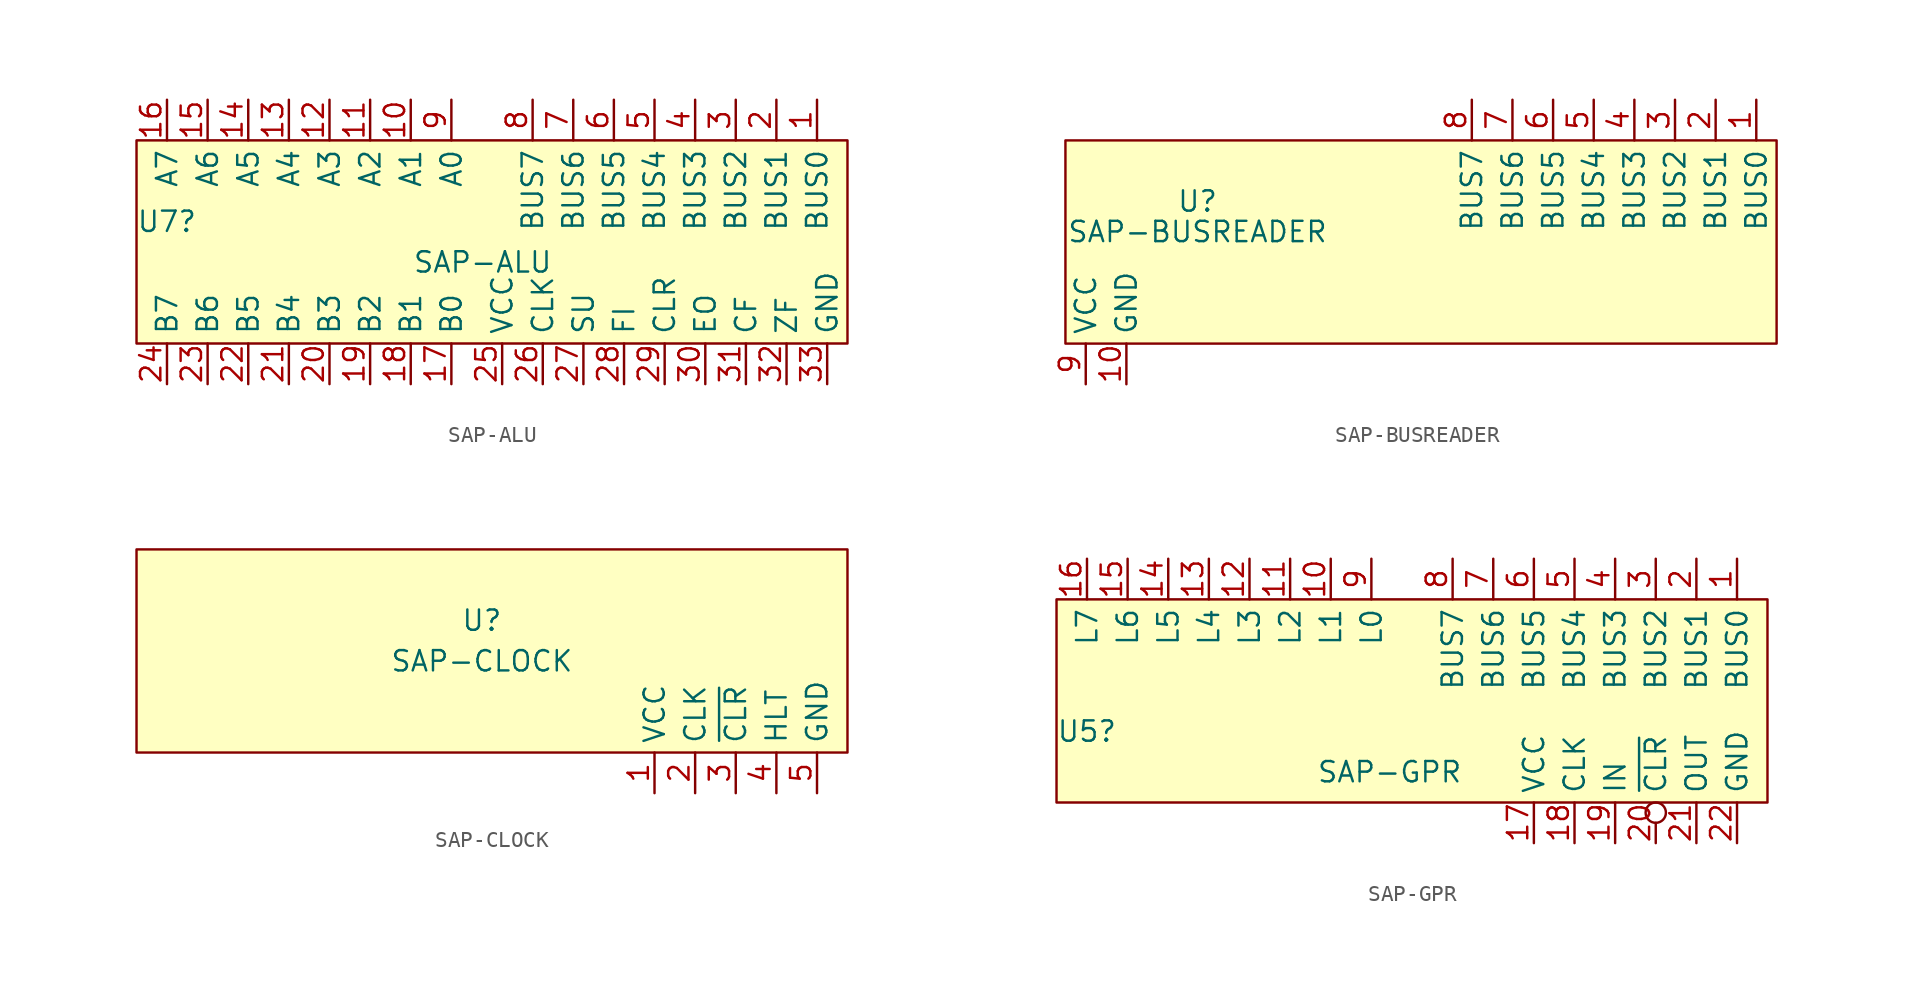
<source format=kicad_sym>
(kicad_symbol_lib
  (version 20211014)
  (generator kicad_symbol_editor)
  (symbol "SAP-ALU"
    (property "Reference" "U7"
      (at -17.78 1.27 0)
      (effects (font (size 1.27 1.27)) (justify right)))
    (property "Value" "SAP-ALU"
      (at 4.445 -1.27 0)
      (effects (font (size 1.27 1.27)) (justify right)))
    (symbol "SAP-ALU_0_1"
      (rectangle (start -21.59 6.35) (end 22.86 -6.35) (stroke (width 0.152) (type default) (color 0 0 0 0)) (fill (type background))))
    (symbol "SAP-ALU_1_1"
      (pin output line (at 20.955 8.89 270) (length 2.54) (name "BUS0" (effects (font (size 1.27 1.27)))) (number "1" (effects (font (size 1.27 1.27)))))
      (pin input line (at -4.445 8.89 270) (length 2.54) (name "A1" (effects (font (size 1.27 1.27)))) (number "10" (effects (font (size 1.27 1.27)))))
      (pin input line (at -6.985 8.89 270) (length 2.54) (name "A2" (effects (font (size 1.27 1.27)))) (number "11" (effects (font (size 1.27 1.27)))))
      (pin input line (at -9.525 8.89 270) (length 2.54) (name "A3" (effects (font (size 1.27 1.27)))) (number "12" (effects (font (size 1.27 1.27)))))
      (pin input line (at -12.065 8.89 270) (length 2.54) (name "A4" (effects (font (size 1.27 1.27)))) (number "13" (effects (font (size 1.27 1.27)))))
      (pin input line (at -14.605 8.89 270) (length 2.54) (name "A5" (effects (font (size 1.27 1.27)))) (number "14" (effects (font (size 1.27 1.27)))))
      (pin input line (at -17.145 8.89 270) (length 2.54) (name "A6" (effects (font (size 1.27 1.27)))) (number "15" (effects (font (size 1.27 1.27)))))
      (pin input line (at -19.685 8.89 270) (length 2.54) (name "A7" (effects (font (size 1.27 1.27)))) (number "16" (effects (font (size 1.27 1.27)))))
      (pin input line (at -1.905 -8.89 90) (length 2.54) (name "B0" (effects (font (size 1.27 1.27)))) (number "17" (effects (font (size 1.27 1.27)))))
      (pin input line (at -4.445 -8.89 90) (length 2.54) (name "B1" (effects (font (size 1.27 1.27)))) (number "18" (effects (font (size 1.27 1.27)))))
      (pin input line (at -6.985 -8.89 90) (length 2.54) (name "B2" (effects (font (size 1.27 1.27)))) (number "19" (effects (font (size 1.27 1.27)))))
      (pin output line (at 18.415 8.89 270) (length 2.54) (name "BUS1" (effects (font (size 1.27 1.27)))) (number "2" (effects (font (size 1.27 1.27)))))
      (pin input line (at -9.525 -8.89 90) (length 2.54) (name "B3" (effects (font (size 1.27 1.27)))) (number "20" (effects (font (size 1.27 1.27)))))
      (pin input line (at -12.065 -8.89 90) (length 2.54) (name "B4" (effects (font (size 1.27 1.27)))) (number "21" (effects (font (size 1.27 1.27)))))
      (pin input line (at -14.605 -8.89 90) (length 2.54) (name "B5" (effects (font (size 1.27 1.27)))) (number "22" (effects (font (size 1.27 1.27)))))
      (pin input line (at -17.145 -8.89 90) (length 2.54) (name "B6" (effects (font (size 1.27 1.27)))) (number "23" (effects (font (size 1.27 1.27)))))
      (pin input line (at -19.685 -8.89 90) (length 2.54) (name "B7" (effects (font (size 1.27 1.27)))) (number "24" (effects (font (size 1.27 1.27)))))
      (pin power_in line (at 1.27 -8.89 90) (length 2.54) (name "VCC" (effects (font (size 1.27 1.27)))) (number "25" (effects (font (size 1.27 1.27)))))
      (pin input line (at 3.81 -8.89 90) (length 2.54) (name "CLK" (effects (font (size 1.27 1.27)))) (number "26" (effects (font (size 1.27 1.27)))))
      (pin input line (at 6.35 -8.89 90) (length 2.54) (name "SU" (effects (font (size 1.27 1.27)))) (number "27" (effects (font (size 1.27 1.27)))))
      (pin input line (at 8.89 -8.89 90) (length 2.54) (name "FI" (effects (font (size 1.27 1.27)))) (number "28" (effects (font (size 1.27 1.27)))))
      (pin input line (at 11.43 -8.89 90) (length 2.54) (name "CLR" (effects (font (size 1.27 1.27)))) (number "29" (effects (font (size 1.27 1.27)))))
      (pin output line (at 15.875 8.89 270) (length 2.54) (name "BUS2" (effects (font (size 1.27 1.27)))) (number "3" (effects (font (size 1.27 1.27)))))
      (pin input line (at 13.97 -8.89 90) (length 2.54) (name "EO" (effects (font (size 1.27 1.27)))) (number "30" (effects (font (size 1.27 1.27)))))
      (pin output line (at 16.51 -8.89 90) (length 2.54) (name "CF" (effects (font (size 1.27 1.27)))) (number "31" (effects (font (size 1.27 1.27)))))
      (pin output line (at 19.05 -8.89 90) (length 2.54) (name "ZF" (effects (font (size 1.27 1.27)))) (number "32" (effects (font (size 1.27 1.27)))))
      (pin power_in line (at 21.59 -8.89 90) (length 2.54) (name "GND" (effects (font (size 1.27 1.27)))) (number "33" (effects (font (size 1.27 1.27)))))
      (pin output line (at 13.335 8.89 270) (length 2.54) (name "BUS3" (effects (font (size 1.27 1.27)))) (number "4" (effects (font (size 1.27 1.27)))))
      (pin output line (at 10.795 8.89 270) (length 2.54) (name "BUS4" (effects (font (size 1.27 1.27)))) (number "5" (effects (font (size 1.27 1.27)))))
      (pin output line (at 8.255 8.89 270) (length 2.54) (name "BUS5" (effects (font (size 1.27 1.27)))) (number "6" (effects (font (size 1.27 1.27)))))
      (pin output line (at 5.715 8.89 270) (length 2.54) (name "BUS6" (effects (font (size 1.27 1.27)))) (number "7" (effects (font (size 1.27 1.27)))))
      (pin output line (at 3.175 8.89 270) (length 2.54) (name "BUS7" (effects (font (size 1.27 1.27)))) (number "8" (effects (font (size 1.27 1.27)))))
      (pin input line (at -1.905 8.89 270) (length 2.54) (name "A0" (effects (font (size 1.27 1.27)))) (number "9" (effects (font (size 1.27 1.27)))))))
  (symbol "SAP-BUSREADER"
    (property "Reference" "U"
      (at -13.335 2.54 0)
      (effects (font (size 1.27 1.27))))
    (property "Value" "SAP-BUSREADER"
      (at -13.335 0.635 0)
      (effects (font (size 1.27 1.27))))
    (symbol "SAP-BUSREADER_0_1"
      (rectangle (start -21.59 6.35) (end 22.86 -6.35) (stroke (width 0.152) (type default) (color 0 0 0 0)) (fill (type background))))
    (symbol "SAP-BUSREADER_1_1"
      (pin input line (at 21.59 8.89 270) (length 2.54) (name "BUS0" (effects (font (size 1.27 1.27)))) (number "1" (effects (font (size 1.27 1.27)))))
      (pin power_in line (at -17.78 -8.89 90) (length 2.54) (name "GND" (effects (font (size 1.27 1.27)))) (number "10" (effects (font (size 1.27 1.27)))))
      (pin input line (at 19.05 8.89 270) (length 2.54) (name "BUS1" (effects (font (size 1.27 1.27)))) (number "2" (effects (font (size 1.27 1.27)))))
      (pin input line (at 16.51 8.89 270) (length 2.54) (name "BUS2" (effects (font (size 1.27 1.27)))) (number "3" (effects (font (size 1.27 1.27)))))
      (pin input line (at 13.97 8.89 270) (length 2.54) (name "BUS3" (effects (font (size 1.27 1.27)))) (number "4" (effects (font (size 1.27 1.27)))))
      (pin input line (at 11.43 8.89 270) (length 2.54) (name "BUS4" (effects (font (size 1.27 1.27)))) (number "5" (effects (font (size 1.27 1.27)))))
      (pin input line (at 8.89 8.89 270) (length 2.54) (name "BUS5" (effects (font (size 1.27 1.27)))) (number "6" (effects (font (size 1.27 1.27)))))
      (pin input line (at 6.35 8.89 270) (length 2.54) (name "BUS6" (effects (font (size 1.27 1.27)))) (number "7" (effects (font (size 1.27 1.27)))))
      (pin input line (at 3.81 8.89 270) (length 2.54) (name "BUS7" (effects (font (size 1.27 1.27)))) (number "8" (effects (font (size 1.27 1.27)))))
      (pin power_in line (at -20.32 -8.89 90) (length 2.54) (name "VCC" (effects (font (size 1.27 1.27)))) (number "9" (effects (font (size 1.27 1.27)))))))
  (symbol "SAP-CLOCK"
    (property "Reference" "U"
      (at 0 1.905 0)
      (effects (font (size 1.27 1.27))))
    (property "Value" "SAP-CLOCK"
      (at 0 -0.635 0)
      (effects (font (size 1.27 1.27))))
    (symbol "SAP-CLOCK_0_1"
      (rectangle (start -21.59 6.35) (end 22.86 -6.35) (stroke (width 0.152) (type default) (color 0 0 0 0)) (fill (type background))))
    (symbol "SAP-CLOCK_1_1"
      (pin power_in line (at 10.795 -8.89 90) (length 2.54) (name "VCC" (effects (font (size 1.27 1.27)))) (number "1" (effects (font (size 1.27 1.27)))))
      (pin output line (at 13.335 -8.89 90) (length 2.54) (name "CLK" (effects (font (size 1.27 1.27)))) (number "2" (effects (font (size 1.27 1.27)))))
      (pin output line (at 15.875 -8.89 90) (length 2.54) (name "~{CLR}" (effects (font (size 1.27 1.27)))) (number "3" (effects (font (size 1.27 1.27)))))
      (pin input line (at 18.415 -8.89 90) (length 2.54) (name "HLT" (effects (font (size 1.27 1.27)))) (number "4" (effects (font (size 1.27 1.27)))))
      (pin power_in line (at 20.955 -8.89 90) (length 2.54) (name "GND" (effects (font (size 1.27 1.27)))) (number "5" (effects (font (size 1.27 1.27)))))))
  (symbol "SAP-GPR"
    (property "Reference" "U5"
      (at -17.78 -1.905 0)
      (effects (font (size 1.27 1.27)) (justify right)))
    (property "Value" "SAP-GPR"
      (at 3.81 -4.445 0)
      (effects (font (size 1.27 1.27)) (justify right)))
    (symbol "SAP-GPR_0_1"
      (rectangle (start -21.59 6.35) (end 22.86 -6.35) (stroke (width 0.152) (type default) (color 0 0 0 0)) (fill (type background))))
    (symbol "SAP-GPR_1_1"
      (pin bidirectional line (at 20.955 8.89 270) (length 2.54) (name "BUS0" (effects (font (size 1.27 1.27)))) (number "1" (effects (font (size 1.27 1.27)))))
      (pin output line (at -4.445 8.89 270) (length 2.54) (name "L1" (effects (font (size 1.27 1.27)))) (number "10" (effects (font (size 1.27 1.27)))))
      (pin output line (at -6.985 8.89 270) (length 2.54) (name "L2" (effects (font (size 1.27 1.27)))) (number "11" (effects (font (size 1.27 1.27)))))
      (pin output line (at -9.525 8.89 270) (length 2.54) (name "L3" (effects (font (size 1.27 1.27)))) (number "12" (effects (font (size 1.27 1.27)))))
      (pin output line (at -12.065 8.89 270) (length 2.54) (name "L4" (effects (font (size 1.27 1.27)))) (number "13" (effects (font (size 1.27 1.27)))))
      (pin output line (at -14.605 8.89 270) (length 2.54) (name "L5" (effects (font (size 1.27 1.27)))) (number "14" (effects (font (size 1.27 1.27)))))
      (pin output line (at -17.145 8.89 270) (length 2.54) (name "L6" (effects (font (size 1.27 1.27)))) (number "15" (effects (font (size 1.27 1.27)))))
      (pin output line (at -19.685 8.89 270) (length 2.54) (name "L7" (effects (font (size 1.27 1.27)))) (number "16" (effects (font (size 1.27 1.27)))))
      (pin power_in line (at 8.255 -8.89 90) (length 2.54) (name "VCC" (effects (font (size 1.27 1.27)))) (number "17" (effects (font (size 1.27 1.27)))))
      (pin input line (at 10.795 -8.89 90) (length 2.54) (name "CLK" (effects (font (size 1.27 1.27)))) (number "18" (effects (font (size 1.27 1.27)))))
      (pin input line (at 13.335 -8.89 90) (length 2.54) (name "IN" (effects (font (size 1.27 1.27)))) (number "19" (effects (font (size 1.27 1.27)))))
      (pin bidirectional line (at 18.415 8.89 270) (length 2.54) (name "BUS1" (effects (font (size 1.27 1.27)))) (number "2" (effects (font (size 1.27 1.27)))))
      (pin input inverted (at 15.875 -8.89 90) (length 2.54) (name "~{CLR}" (effects (font (size 1.27 1.27)))) (number "20" (effects (font (size 1.27 1.27)))))
      (pin input line (at 18.415 -8.89 90) (length 2.54) (name "OUT" (effects (font (size 1.27 1.27)))) (number "21" (effects (font (size 1.27 1.27)))))
      (pin power_in line (at 20.955 -8.89 90) (length 2.54) (name "GND" (effects (font (size 1.27 1.27)))) (number "22" (effects (font (size 1.27 1.27)))))
      (pin bidirectional line (at 15.875 8.89 270) (length 2.54) (name "BUS2" (effects (font (size 1.27 1.27)))) (number "3" (effects (font (size 1.27 1.27)))))
      (pin bidirectional line (at 13.335 8.89 270) (length 2.54) (name "BUS3" (effects (font (size 1.27 1.27)))) (number "4" (effects (font (size 1.27 1.27)))))
      (pin bidirectional line (at 10.795 8.89 270) (length 2.54) (name "BUS4" (effects (font (size 1.27 1.27)))) (number "5" (effects (font (size 1.27 1.27)))))
      (pin bidirectional line (at 8.255 8.89 270) (length 2.54) (name "BUS5" (effects (font (size 1.27 1.27)))) (number "6" (effects (font (size 1.27 1.27)))))
      (pin bidirectional line (at 5.715 8.89 270) (length 2.54) (name "BUS6" (effects (font (size 1.27 1.27)))) (number "7" (effects (font (size 1.27 1.27)))))
      (pin bidirectional line (at 3.175 8.89 270) (length 2.54) (name "BUS7" (effects (font (size 1.27 1.27)))) (number "8" (effects (font (size 1.27 1.27)))))
      (pin output line (at -1.905 8.89 270) (length 2.54) (name "L0" (effects (font (size 1.27 1.27)))) (number "9" (effects (font (size 1.27 1.27))))))))
</source>
